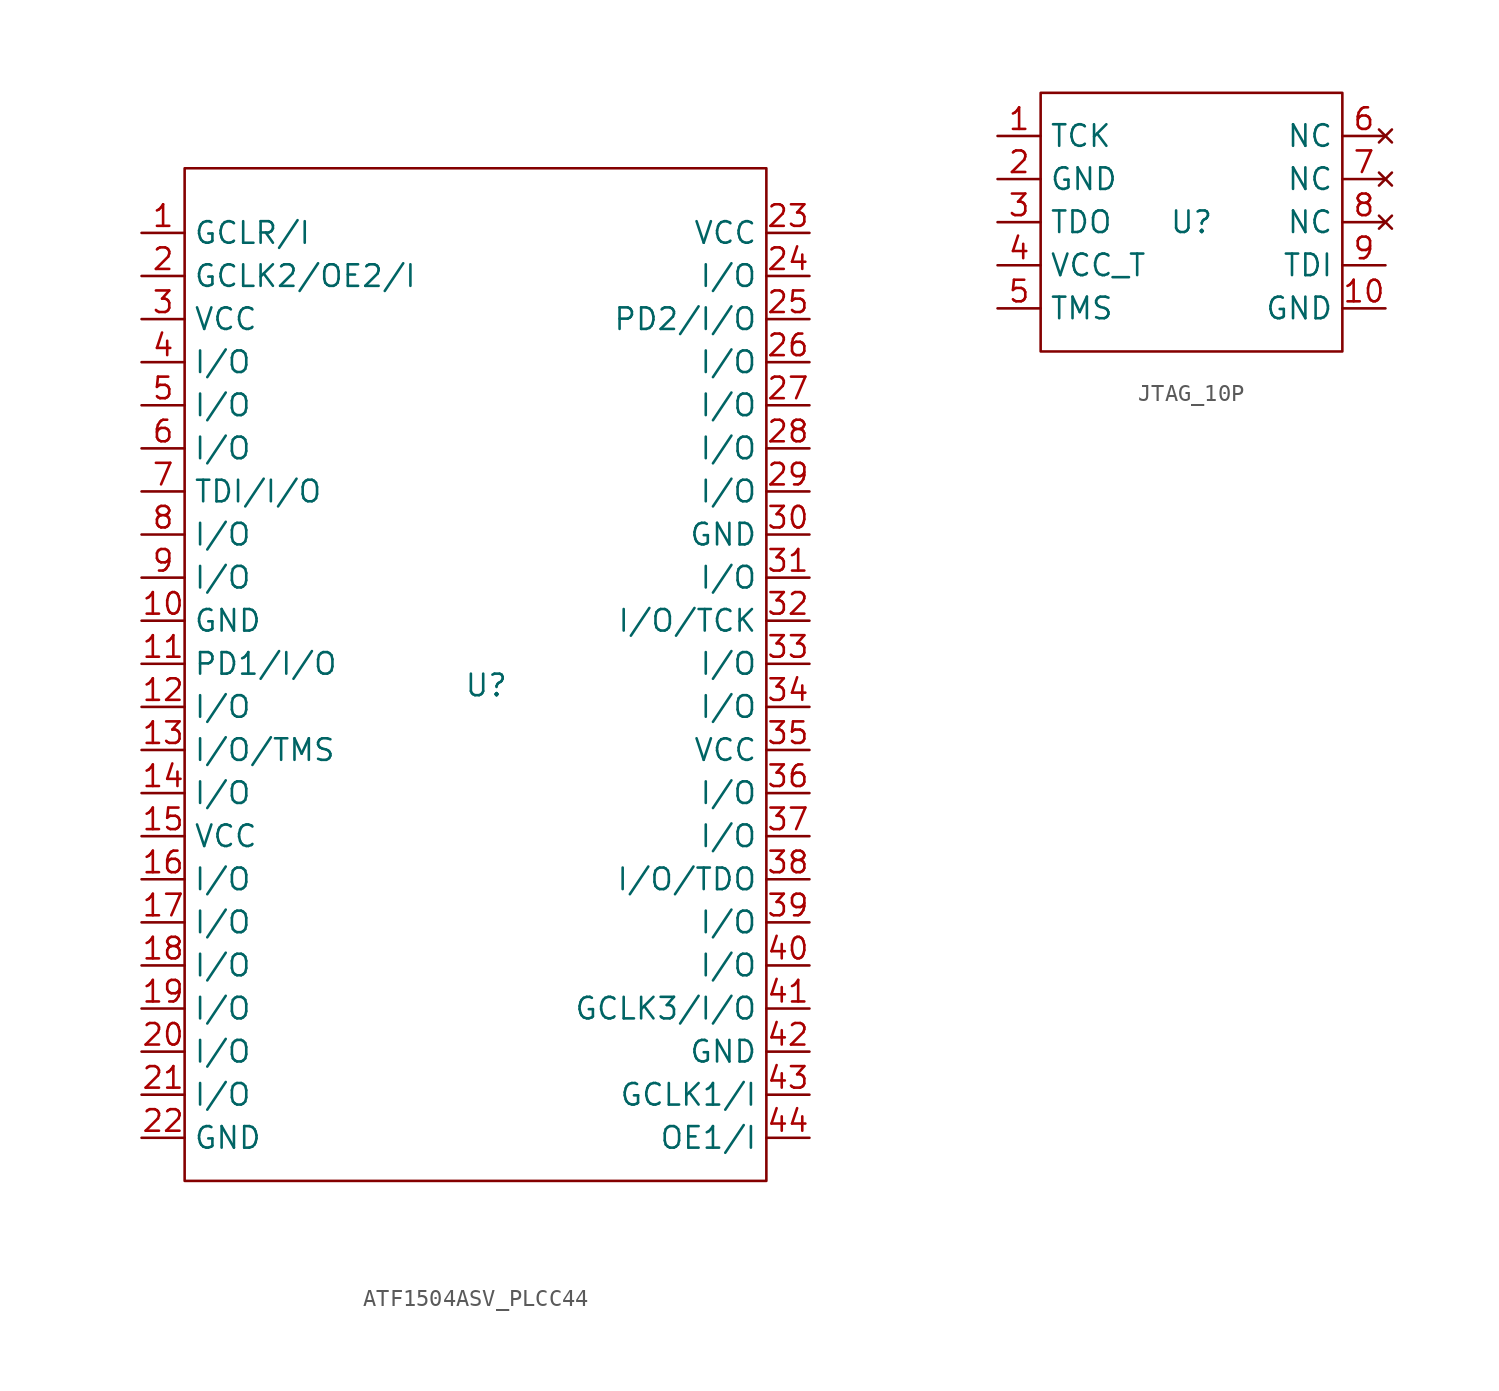
<source format=kicad_sym>
(kicad_symbol_lib
  (version 20241209)
  (generator "kicad_symbol_editor")
  (generator_version "9.0")
  (symbol "ATF1504ASV_PLCC44"
    (property "Reference" "U"
      (at 0 0 0)
      (effects (font (size 1.27 1.27))))
    (property "Value" ""
      (at 0 0 0)
      (effects (font (size 1.27 1.27))))
    (symbol "ATF1504ASV_PLCC44_0_1"
      (rectangle (start -17.78 30.48) (end 16.51 -29.21) (stroke (width 0) (type default)) (fill (type none))))
    (symbol "ATF1504ASV_PLCC44_1_1"
      (pin input line (at -20.32 26.67 0) (length 2.54) (name "GCLR/I" (effects (font (size 1.27 1.27)))) (number "1" (effects (font (size 1.27 1.27)))))
      (pin input line (at -20.32 24.13 0) (length 2.54) (name "GCLK2/OE2/I" (effects (font (size 1.27 1.27)))) (number "2" (effects (font (size 1.27 1.27)))))
      (pin power_in line (at -20.32 21.59 0) (length 2.54) (name "VCC" (effects (font (size 1.27 1.27)))) (number "3" (effects (font (size 1.27 1.27)))))
      (pin input line (at -20.32 19.05 0) (length 2.54) (name "I/O" (effects (font (size 1.27 1.27)))) (number "4" (effects (font (size 1.27 1.27)))))
      (pin input line (at -20.32 16.51 0) (length 2.54) (name "I/O" (effects (font (size 1.27 1.27)))) (number "5" (effects (font (size 1.27 1.27)))))
      (pin input line (at -20.32 13.97 0) (length 2.54) (name "I/O" (effects (font (size 1.27 1.27)))) (number "6" (effects (font (size 1.27 1.27)))))
      (pin input line (at -20.32 11.43 0) (length 2.54) (name "TDI/I/O" (effects (font (size 1.27 1.27)))) (number "7" (effects (font (size 1.27 1.27)))))
      (pin input line (at -20.32 8.89 0) (length 2.54) (name "I/O" (effects (font (size 1.27 1.27)))) (number "8" (effects (font (size 1.27 1.27)))))
      (pin input line (at -20.32 6.35 0) (length 2.54) (name "I/O" (effects (font (size 1.27 1.27)))) (number "9" (effects (font (size 1.27 1.27)))))
      (pin power_in line (at -20.32 3.81 0) (length 2.54) (name "GND" (effects (font (size 1.27 1.27)))) (number "10" (effects (font (size 1.27 1.27)))))
      (pin input line (at -20.32 1.27 0) (length 2.54) (name "PD1/I/O" (effects (font (size 1.27 1.27)))) (number "11" (effects (font (size 1.27 1.27)))))
      (pin input line (at -20.32 -1.27 0) (length 2.54) (name "I/O" (effects (font (size 1.27 1.27)))) (number "12" (effects (font (size 1.27 1.27)))))
      (pin input line (at -20.32 -3.81 0) (length 2.54) (name "I/O/TMS" (effects (font (size 1.27 1.27)))) (number "13" (effects (font (size 1.27 1.27)))))
      (pin input line (at -20.32 -6.35 0) (length 2.54) (name "I/O" (effects (font (size 1.27 1.27)))) (number "14" (effects (font (size 1.27 1.27)))))
      (pin power_in line (at -20.32 -8.89 0) (length 2.54) (name "VCC" (effects (font (size 1.27 1.27)))) (number "15" (effects (font (size 1.27 1.27)))))
      (pin input line (at -20.32 -11.43 0) (length 2.54) (name "I/O" (effects (font (size 1.27 1.27)))) (number "16" (effects (font (size 1.27 1.27)))))
      (pin input line (at -20.32 -13.97 0) (length 2.54) (name "I/O" (effects (font (size 1.27 1.27)))) (number "17" (effects (font (size 1.27 1.27)))))
      (pin input line (at -20.32 -16.51 0) (length 2.54) (name "I/O" (effects (font (size 1.27 1.27)))) (number "18" (effects (font (size 1.27 1.27)))))
      (pin input line (at -20.32 -19.05 0) (length 2.54) (name "I/O" (effects (font (size 1.27 1.27)))) (number "19" (effects (font (size 1.27 1.27)))))
      (pin input line (at -20.32 -21.59 0) (length 2.54) (name "I/O" (effects (font (size 1.27 1.27)))) (number "20" (effects (font (size 1.27 1.27)))))
      (pin input line (at -20.32 -24.13 0) (length 2.54) (name "I/O" (effects (font (size 1.27 1.27)))) (number "21" (effects (font (size 1.27 1.27)))))
      (pin power_in line (at -20.32 -26.67 0) (length 2.54) (name "GND" (effects (font (size 1.27 1.27)))) (number "22" (effects (font (size 1.27 1.27)))))
      (pin power_in line (at 19.05 26.67 180) (length 2.54) (name "VCC" (effects (font (size 1.27 1.27)))) (number "23" (effects (font (size 1.27 1.27)))))
      (pin input line (at 19.05 24.13 180) (length 2.54) (name "I/O" (effects (font (size 1.27 1.27)))) (number "24" (effects (font (size 1.27 1.27)))))
      (pin input line (at 19.05 21.59 180) (length 2.54) (name "PD2/I/O" (effects (font (size 1.27 1.27)))) (number "25" (effects (font (size 1.27 1.27)))))
      (pin input line (at 19.05 19.05 180) (length 2.54) (name "I/O" (effects (font (size 1.27 1.27)))) (number "26" (effects (font (size 1.27 1.27)))))
      (pin input line (at 19.05 16.51 180) (length 2.54) (name "I/O" (effects (font (size 1.27 1.27)))) (number "27" (effects (font (size 1.27 1.27)))))
      (pin input line (at 19.05 13.97 180) (length 2.54) (name "I/O" (effects (font (size 1.27 1.27)))) (number "28" (effects (font (size 1.27 1.27)))))
      (pin input line (at 19.05 11.43 180) (length 2.54) (name "I/O" (effects (font (size 1.27 1.27)))) (number "29" (effects (font (size 1.27 1.27)))))
      (pin power_in line (at 19.05 8.89 180) (length 2.54) (name "GND" (effects (font (size 1.27 1.27)))) (number "30" (effects (font (size 1.27 1.27)))))
      (pin input line (at 19.05 6.35 180) (length 2.54) (name "I/O" (effects (font (size 1.27 1.27)))) (number "31" (effects (font (size 1.27 1.27)))))
      (pin input line (at 19.05 3.81 180) (length 2.54) (name "I/O/TCK" (effects (font (size 1.27 1.27)))) (number "32" (effects (font (size 1.27 1.27)))))
      (pin input line (at 19.05 1.27 180) (length 2.54) (name "I/O" (effects (font (size 1.27 1.27)))) (number "33" (effects (font (size 1.27 1.27)))))
      (pin input line (at 19.05 -1.27 180) (length 2.54) (name "I/O" (effects (font (size 1.27 1.27)))) (number "34" (effects (font (size 1.27 1.27)))))
      (pin power_in line (at 19.05 -3.81 180) (length 2.54) (name "VCC" (effects (font (size 1.27 1.27)))) (number "35" (effects (font (size 1.27 1.27)))))
      (pin input line (at 19.05 -6.35 180) (length 2.54) (name "I/O" (effects (font (size 1.27 1.27)))) (number "36" (effects (font (size 1.27 1.27)))))
      (pin input line (at 19.05 -8.89 180) (length 2.54) (name "I/O" (effects (font (size 1.27 1.27)))) (number "37" (effects (font (size 1.27 1.27)))))
      (pin input line (at 19.05 -11.43 180) (length 2.54) (name "I/O/TDO" (effects (font (size 1.27 1.27)))) (number "38" (effects (font (size 1.27 1.27)))))
      (pin input line (at 19.05 -13.97 180) (length 2.54) (name "I/O" (effects (font (size 1.27 1.27)))) (number "39" (effects (font (size 1.27 1.27)))))
      (pin input line (at 19.05 -16.51 180) (length 2.54) (name "I/O" (effects (font (size 1.27 1.27)))) (number "40" (effects (font (size 1.27 1.27)))))
      (pin input line (at 19.05 -19.05 180) (length 2.54) (name "GCLK3/I/O" (effects (font (size 1.27 1.27)))) (number "41" (effects (font (size 1.27 1.27)))))
      (pin power_in line (at 19.05 -21.59 180) (length 2.54) (name "GND" (effects (font (size 1.27 1.27)))) (number "42" (effects (font (size 1.27 1.27)))))
      (pin input line (at 19.05 -24.13 180) (length 2.54) (name "GCLK1/I" (effects (font (size 1.27 1.27)))) (number "43" (effects (font (size 1.27 1.27)))))
      (pin input line (at 19.05 -26.67 180) (length 2.54) (name "OE1/I" (effects (font (size 1.27 1.27)))) (number "44" (effects (font (size 1.27 1.27)))))))
  (symbol "JTAG_10P"
    (property "Reference" "U"
      (at 0 0 0)
      (effects (font (size 1.27 1.27))))
    (property "Value" ""
      (at 0 0 0)
      (effects (font (size 1.27 1.27))))
    (symbol "JTAG_10P_0_1"
      (rectangle (start -8.89 7.62) (end 8.89 -7.62) (stroke (width 0) (type default)) (fill (type none))))
    (symbol "JTAG_10P_1_1"
      (pin input line (at -11.43 5.08 0) (length 2.54) (name "TCK" (effects (font (size 1.27 1.27)))) (number "1" (effects (font (size 1.27 1.27)))))
      (pin power_in line (at -11.43 2.54 0) (length 2.54) (name "GND" (effects (font (size 1.27 1.27)))) (number "2" (effects (font (size 1.27 1.27)))))
      (pin input line (at -11.43 0 0) (length 2.54) (name "TDO" (effects (font (size 1.27 1.27)))) (number "3" (effects (font (size 1.27 1.27)))))
      (pin power_in line (at -11.43 -2.54 0) (length 2.54) (name "VCC_T" (effects (font (size 1.27 1.27)))) (number "4" (effects (font (size 1.27 1.27)))))
      (pin input line (at -11.43 -5.08 0) (length 2.54) (name "TMS" (effects (font (size 1.27 1.27)))) (number "5" (effects (font (size 1.27 1.27)))))
      (pin no_connect line (at 11.43 5.08 180) (length 2.54) (name "NC" (effects (font (size 1.27 1.27)))) (number "6" (effects (font (size 1.27 1.27)))))
      (pin no_connect line (at 11.43 2.54 180) (length 2.54) (name "NC" (effects (font (size 1.27 1.27)))) (number "7" (effects (font (size 1.27 1.27)))))
      (pin no_connect line (at 11.43 0 180) (length 2.54) (name "NC" (effects (font (size 1.27 1.27)))) (number "8" (effects (font (size 1.27 1.27)))))
      (pin input line (at 11.43 -2.54 180) (length 2.54) (name "TDI" (effects (font (size 1.27 1.27)))) (number "9" (effects (font (size 1.27 1.27)))))
      (pin power_in line (at 11.43 -5.08 180) (length 2.54) (name "GND" (effects (font (size 1.27 1.27)))) (number "10" (effects (font (size 1.27 1.27))))))))
</source>
